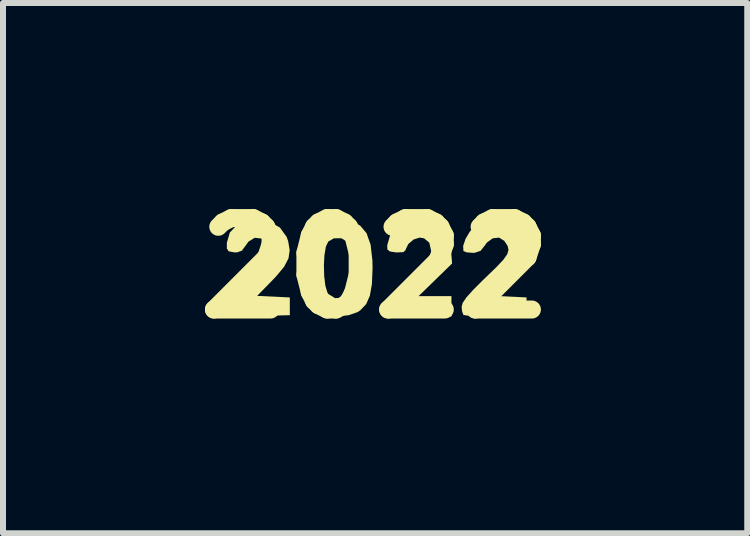
<source format=kicad_pcb>
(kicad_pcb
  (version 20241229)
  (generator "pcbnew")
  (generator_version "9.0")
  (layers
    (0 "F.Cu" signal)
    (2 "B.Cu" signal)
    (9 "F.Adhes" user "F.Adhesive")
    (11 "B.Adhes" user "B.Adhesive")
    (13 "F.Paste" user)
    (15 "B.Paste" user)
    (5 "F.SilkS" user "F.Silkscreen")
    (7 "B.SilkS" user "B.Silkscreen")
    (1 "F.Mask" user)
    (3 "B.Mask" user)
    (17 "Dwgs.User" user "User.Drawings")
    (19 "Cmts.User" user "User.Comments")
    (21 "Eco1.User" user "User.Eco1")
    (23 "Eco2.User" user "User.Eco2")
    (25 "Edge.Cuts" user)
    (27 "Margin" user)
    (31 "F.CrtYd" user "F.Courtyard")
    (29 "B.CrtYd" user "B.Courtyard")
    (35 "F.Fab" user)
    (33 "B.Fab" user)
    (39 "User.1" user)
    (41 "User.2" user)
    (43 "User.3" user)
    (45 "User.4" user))
  (footprint "2022"
    (layer "F.Cu")
    (at 3.2 1.418)
    (property "Reference" "2022" (at 0 0 0) (layer "F.SilkS") (effects (font (size 1.524 1.524) (thickness 0.3))))
    (attr board_only exclude_from_pos_files exclude_from_bom)
    (fp_poly (pts (xy -1.755 -0.772) (xy -1.586 -0.676) (xy -1.474 -0.521) (xy -1.448 -0.448) (xy -1.423 -0.298) (xy -1.443 -0.163) (xy -1.515 -0.025) (xy -1.648 0.136) (xy -1.708 0.199) (xy -1.965 0.462) (xy -1.421 0.488) (xy -1.421 0.784) (xy -1.932 0.796) (xy -2.132 0.799) (xy -2.301 0.796) (xy -2.42 0.789) (xy -2.472 0.779) (xy -2.472 0.779) (xy -2.503 0.695) (xy -2.492 0.578) (xy -2.445 0.463) (xy -2.405 0.412) (xy -2.326 0.337) (xy -2.208 0.227) (xy -2.077 0.104) (xy -2.066 0.093) (xy -1.909 -0.058) (xy -1.811 -0.171) (xy -1.765 -0.257) (xy -1.764 -0.331) (xy -1.8 -0.406) (xy -1.897 -0.494) (xy -2.006 -0.506) (xy -2.11 -0.442) (xy -2.154 -0.38) (xy -2.221 -0.291) (xy -2.302 -0.262) (xy -2.353 -0.264) (xy -2.438 -0.28) (xy -2.47 -0.325) (xy -2.47 -0.424) (xy -2.42 -0.594) (xy -2.303 -0.718) (xy -2.128 -0.79) (xy -1.974 -0.806)) (stroke (width 0) (type solid)) (fill yes) (layer "F.SilkS"))
    (fp_poly (pts (xy 0.909 -0.795) (xy 1.017 -0.755) (xy 1.108 -0.686) (xy 1.19 -0.6) (xy 1.235 -0.507) (xy 1.258 -0.373) (xy 1.263 -0.322) (xy 1.283 -0.078) (xy 0.725 0.466) (xy 1.272 0.466) (xy 1.272 0.806) (xy 0.749 0.806) (xy 0.546 0.804) (xy 0.376 0.798) (xy 0.254 0.789) (xy 0.199 0.778) (xy 0.198 0.777) (xy 0.177 0.718) (xy 0.17 0.635) (xy 0.184 0.571) (xy 0.232 0.493) (xy 0.323 0.389) (xy 0.468 0.249) (xy 0.551 0.172) (xy 0.722 0.012) (xy 0.835 -0.106) (xy 0.902 -0.194) (xy 0.93 -0.263) (xy 0.933 -0.292) (xy 0.903 -0.424) (xy 0.816 -0.497) (xy 0.74 -0.509) (xy 0.641 -0.477) (xy 0.553 -0.402) (xy 0.51 -0.313) (xy 0.509 -0.302) (xy 0.47 -0.266) (xy 0.354 -0.262) (xy 0.35 -0.262) (xy 0.246 -0.278) (xy 0.204 -0.312) (xy 0.202 -0.382) (xy 0.257 -0.569) (xy 0.377 -0.704) (xy 0.558 -0.784) (xy 0.759 -0.806)) (stroke (width 0) (type solid)) (fill yes) (layer "F.SilkS"))
    (fp_poly (pts (xy -0.406 -0.783) (xy -0.251 -0.711) (xy -0.142 -0.582) (xy -0.075 -0.391) (xy -0.045 -0.13) (xy -0.042 0) (xy -0.053 0.264) (xy -0.087 0.459) (xy -0.149 0.6) (xy -0.245 0.701) (xy -0.293 0.733) (xy -0.444 0.785) (xy -0.632 0.802) (xy -0.818 0.783) (xy -0.943 0.739) (xy -1.046 0.665) (xy -1.117 0.561) (xy -1.161 0.415) (xy -1.183 0.211) (xy -1.187 0) (xy -1.185 -0.045) (xy -0.853 -0.045) (xy -0.848 0.133) (xy -0.829 0.292) (xy -0.795 0.405) (xy -0.778 0.431) (xy -0.667 0.5) (xy -0.542 0.491) (xy -0.459 0.439) (xy -0.416 0.355) (xy -0.388 0.214) (xy -0.376 0.041) (xy -0.379 -0.138) (xy -0.4 -0.296) (xy -0.436 -0.409) (xy -0.452 -0.431) (xy -0.562 -0.498) (xy -0.688 -0.497) (xy -0.781 -0.442) (xy -0.82 -0.359) (xy -0.844 -0.218) (xy -0.853 -0.045) (xy -1.185 -0.045) (xy -1.174 -0.289) (xy -1.132 -0.504) (xy -1.053 -0.655) (xy -0.933 -0.75) (xy -0.765 -0.797) (xy -0.613 -0.806)) (stroke (width 0) (type solid)) (fill yes) (layer "F.SilkS"))
    (fp_poly (pts (xy 2.168 -0.798) (xy 2.273 -0.764) (xy 2.372 -0.693) (xy 2.384 -0.683) (xy 2.461 -0.606) (xy 2.502 -0.533) (xy 2.519 -0.433) (xy 2.522 -0.298) (xy 2.522 -0.036) (xy 2.263 0.213) (xy 2.005 0.463) (xy 2.523 0.488) (xy 2.523 0.784) (xy 2.012 0.796) (xy 1.812 0.799) (xy 1.643 0.796) (xy 1.524 0.789) (xy 1.471 0.779) (xy 1.471 0.779) (xy 1.449 0.717) (xy 1.442 0.643) (xy 1.46 0.578) (xy 1.521 0.488) (xy 1.632 0.364) (xy 1.799 0.197) (xy 1.847 0.151) (xy 2.02 -0.016) (xy 2.136 -0.139) (xy 2.202 -0.232) (xy 2.223 -0.305) (xy 2.207 -0.372) (xy 2.159 -0.445) (xy 2.151 -0.456) (xy 2.065 -0.509) (xy 1.96 -0.497) (xy 1.863 -0.426) (xy 1.832 -0.382) (xy 1.757 -0.288) (xy 1.659 -0.256) (xy 1.624 -0.255) (xy 1.526 -0.263) (xy 1.472 -0.285) (xy 1.472 -0.286) (xy 1.467 -0.369) (xy 1.506 -0.486) (xy 1.577 -0.607) (xy 1.657 -0.696) (xy 1.76 -0.766) (xy 1.876 -0.798) (xy 2.017 -0.806)) (stroke (width 0) (type solid)) (fill yes) (layer "F.SilkS")))
  (gr_rect
    (start -3 -3)
    (end 9.401 5.836)
    (stroke (width 0.1) (type default))
    (fill no)
    (layer "Edge.Cuts")))
</source>
